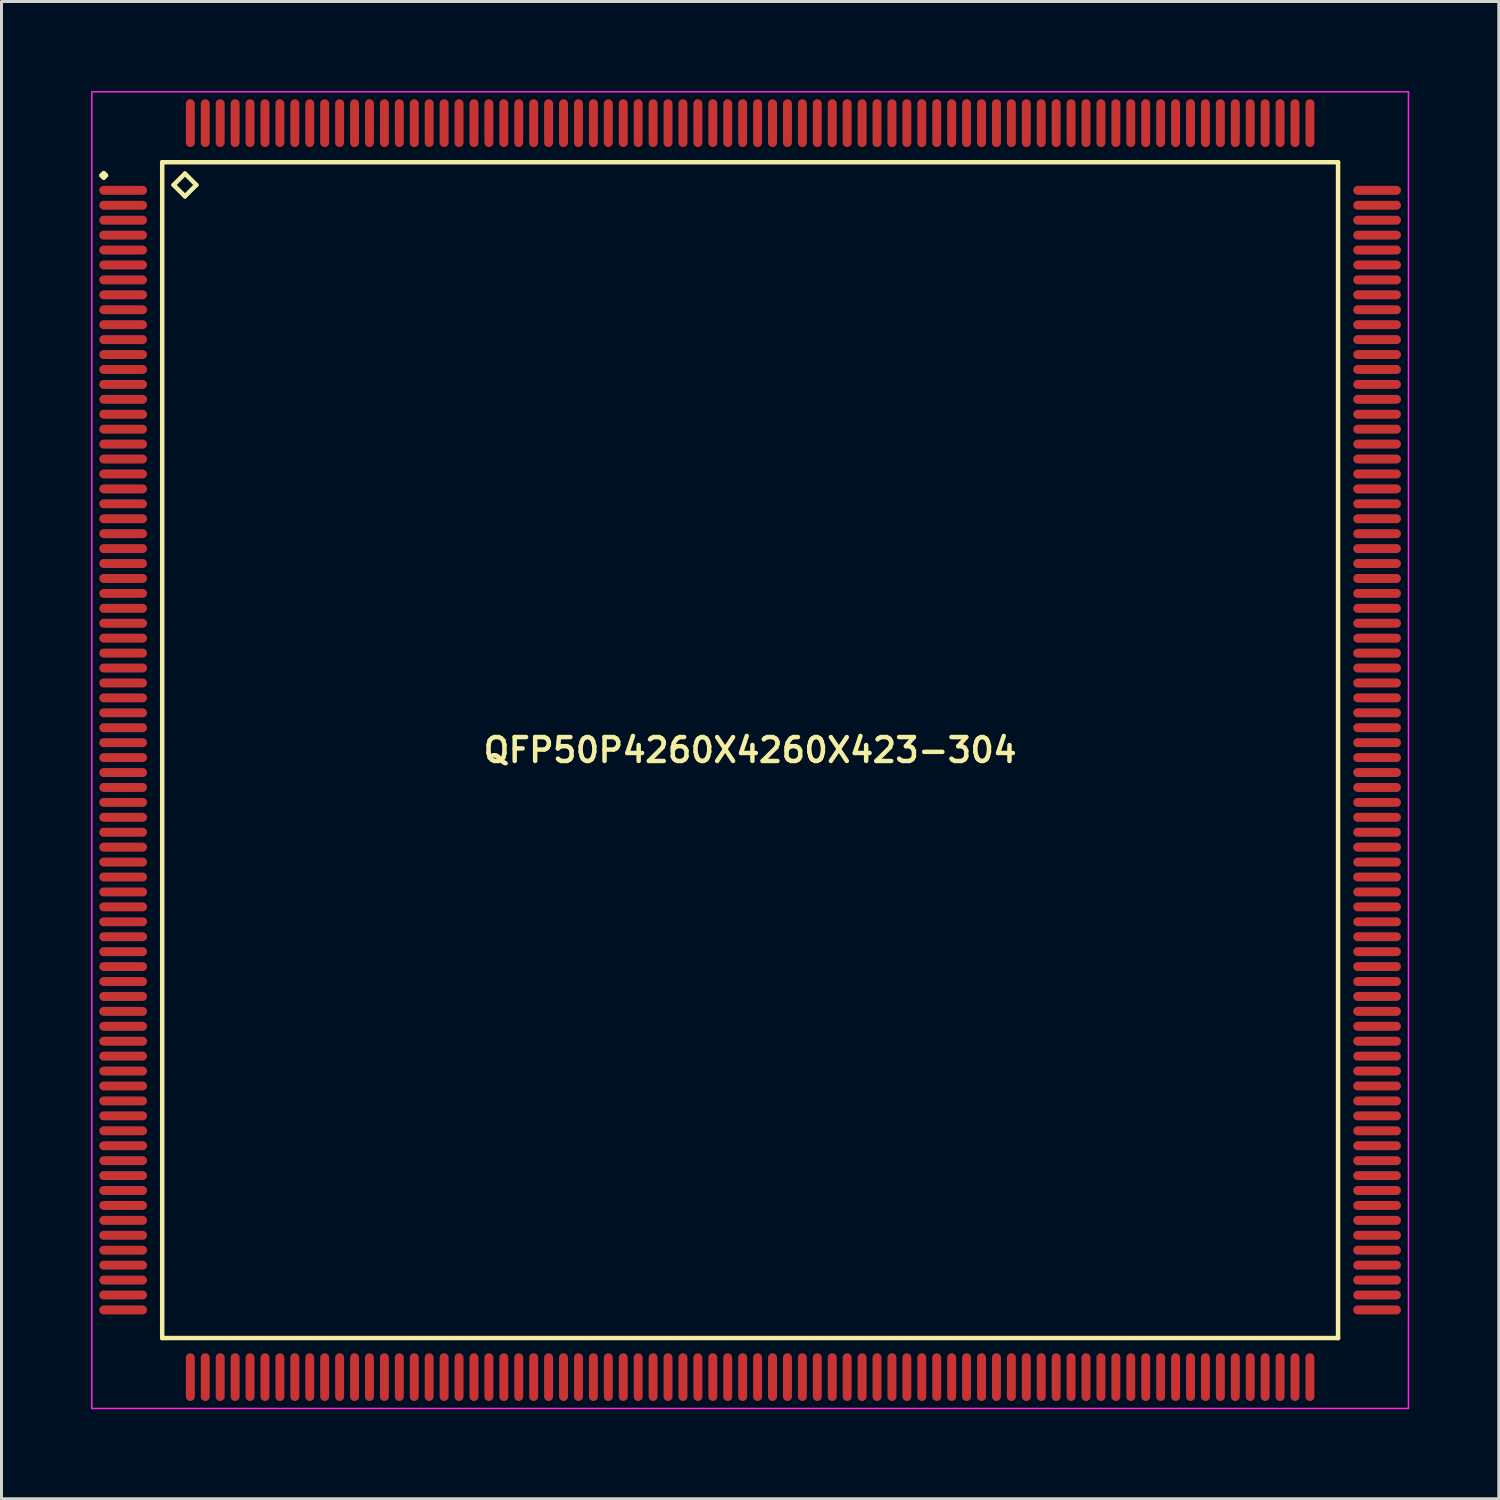
<source format=kicad_pcb>
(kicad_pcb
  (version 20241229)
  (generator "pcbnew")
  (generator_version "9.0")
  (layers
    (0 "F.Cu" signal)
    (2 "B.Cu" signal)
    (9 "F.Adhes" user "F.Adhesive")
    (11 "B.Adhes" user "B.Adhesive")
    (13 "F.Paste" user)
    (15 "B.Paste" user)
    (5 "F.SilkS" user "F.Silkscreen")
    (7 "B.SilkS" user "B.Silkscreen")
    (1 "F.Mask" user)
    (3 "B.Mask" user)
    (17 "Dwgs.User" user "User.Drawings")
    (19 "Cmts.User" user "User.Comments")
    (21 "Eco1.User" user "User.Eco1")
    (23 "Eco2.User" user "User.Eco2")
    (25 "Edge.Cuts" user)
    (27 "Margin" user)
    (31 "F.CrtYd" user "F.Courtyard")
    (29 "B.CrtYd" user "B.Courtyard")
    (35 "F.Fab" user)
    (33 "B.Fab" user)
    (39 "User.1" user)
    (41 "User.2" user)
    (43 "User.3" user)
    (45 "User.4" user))
  (footprint "QFP50P4260X4260X423-304"
    (layer "F.Cu")
    (at 22.075 22.075)
    (property "Reference" "QFP50P4260X4260X423-304" (at 0 0 0) (layer "F.SilkS") (effects (font (size 0.8 0.8) (thickness 0.15))))
    (attr smd)
    (fp_line (start -21.725 -19.25) (end -21.65 -19.325) (stroke (width 0.15) (type solid)) (layer "F.SilkS"))
    (fp_line (start -21.65 -19.325) (end -21.575 -19.25) (stroke (width 0.15) (type solid)) (layer "F.SilkS"))
    (fp_line (start -21.65 -19.175) (end -21.725 -19.25) (stroke (width 0.15) (type solid)) (layer "F.SilkS"))
    (fp_line (start -21.575 -19.25) (end -21.65 -19.175) (stroke (width 0.15) (type solid)) (layer "F.SilkS"))
    (fp_line (start -19.692 -19.692) (end -19.692 19.692) (stroke (width 0.15) (type solid)) (layer "F.SilkS"))
    (fp_line (start -19.692 19.692) (end 19.692 19.692) (stroke (width 0.15) (type solid)) (layer "F.SilkS"))
    (fp_line (start -19.311 -18.93) (end -18.93 -19.311) (stroke (width 0.15) (type solid)) (layer "F.SilkS"))
    (fp_line (start -18.93 -19.311) (end -18.549 -18.93) (stroke (width 0.15) (type solid)) (layer "F.SilkS"))
    (fp_line (start -18.93 -18.549) (end -19.311 -18.93) (stroke (width 0.15) (type solid)) (layer "F.SilkS"))
    (fp_line (start -18.549 -18.93) (end -18.93 -18.549) (stroke (width 0.15) (type solid)) (layer "F.SilkS"))
    (fp_line (start 19.692 -19.692) (end -19.692 -19.692) (stroke (width 0.15) (type solid)) (layer "F.SilkS"))
    (fp_line (start 19.692 19.692) (end 19.692 -19.692) (stroke (width 0.15) (type solid)) (layer "F.SilkS"))
    (fp_line (start -22.05 -22.05) (end 22.05 -22.05) (stroke (width 0.05) (type solid)) (layer "F.CrtYd"))
    (fp_line (start -22.05 22.05) (end -22.05 -22.05) (stroke (width 0.05) (type solid)) (layer "F.CrtYd"))
    (fp_line (start 22.05 -22.05) (end 22.05 22.05) (stroke (width 0.05) (type solid)) (layer "F.CrtYd"))
    (fp_line (start 22.05 22.05) (end -22.05 22.05) (stroke (width 0.05) (type solid)) (layer "F.CrtYd"))
    (pad "1" smd oval (at -21 -18.75) (size 1.6 0.3) (layers "F.Cu" "F.Mask" "F.Paste"))
    (pad "2" smd oval (at -21 -18.25) (size 1.6 0.3) (layers "F.Cu" "F.Mask" "F.Paste"))
    (pad "3" smd oval (at -21 -17.75) (size 1.6 0.3) (layers "F.Cu" "F.Mask" "F.Paste"))
    (pad "4" smd oval (at -21 -17.25) (size 1.6 0.3) (layers "F.Cu" "F.Mask" "F.Paste"))
    (pad "5" smd oval (at -21 -16.75) (size 1.6 0.3) (layers "F.Cu" "F.Mask" "F.Paste"))
    (pad "6" smd oval (at -21 -16.25) (size 1.6 0.3) (layers "F.Cu" "F.Mask" "F.Paste"))
    (pad "7" smd oval (at -21 -15.75) (size 1.6 0.3) (layers "F.Cu" "F.Mask" "F.Paste"))
    (pad "8" smd oval (at -21 -15.25) (size 1.6 0.3) (layers "F.Cu" "F.Mask" "F.Paste"))
    (pad "9" smd oval (at -21 -14.75) (size 1.6 0.3) (layers "F.Cu" "F.Mask" "F.Paste"))
    (pad "10" smd oval (at -21 -14.25) (size 1.6 0.3) (layers "F.Cu" "F.Mask" "F.Paste"))
    (pad "11" smd oval (at -21 -13.75) (size 1.6 0.3) (layers "F.Cu" "F.Mask" "F.Paste"))
    (pad "12" smd oval (at -21 -13.25) (size 1.6 0.3) (layers "F.Cu" "F.Mask" "F.Paste"))
    (pad "13" smd oval (at -21 -12.75) (size 1.6 0.3) (layers "F.Cu" "F.Mask" "F.Paste"))
    (pad "14" smd oval (at -21 -12.25) (size 1.6 0.3) (layers "F.Cu" "F.Mask" "F.Paste"))
    (pad "15" smd oval (at -21 -11.75) (size 1.6 0.3) (layers "F.Cu" "F.Mask" "F.Paste"))
    (pad "16" smd oval (at -21 -11.25) (size 1.6 0.3) (layers "F.Cu" "F.Mask" "F.Paste"))
    (pad "17" smd oval (at -21 -10.75) (size 1.6 0.3) (layers "F.Cu" "F.Mask" "F.Paste"))
    (pad "18" smd oval (at -21 -10.25) (size 1.6 0.3) (layers "F.Cu" "F.Mask" "F.Paste"))
    (pad "19" smd oval (at -21 -9.75) (size 1.6 0.3) (layers "F.Cu" "F.Mask" "F.Paste"))
    (pad "20" smd oval (at -21 -9.25) (size 1.6 0.3) (layers "F.Cu" "F.Mask" "F.Paste"))
    (pad "21" smd oval (at -21 -8.75) (size 1.6 0.3) (layers "F.Cu" "F.Mask" "F.Paste"))
    (pad "22" smd oval (at -21 -8.25) (size 1.6 0.3) (layers "F.Cu" "F.Mask" "F.Paste"))
    (pad "23" smd oval (at -21 -7.75) (size 1.6 0.3) (layers "F.Cu" "F.Mask" "F.Paste"))
    (pad "24" smd oval (at -21 -7.25) (size 1.6 0.3) (layers "F.Cu" "F.Mask" "F.Paste"))
    (pad "25" smd oval (at -21 -6.75) (size 1.6 0.3) (layers "F.Cu" "F.Mask" "F.Paste"))
    (pad "26" smd oval (at -21 -6.25) (size 1.6 0.3) (layers "F.Cu" "F.Mask" "F.Paste"))
    (pad "27" smd oval (at -21 -5.75) (size 1.6 0.3) (layers "F.Cu" "F.Mask" "F.Paste"))
    (pad "28" smd oval (at -21 -5.25) (size 1.6 0.3) (layers "F.Cu" "F.Mask" "F.Paste"))
    (pad "29" smd oval (at -21 -4.75) (size 1.6 0.3) (layers "F.Cu" "F.Mask" "F.Paste"))
    (pad "30" smd oval (at -21 -4.25) (size 1.6 0.3) (layers "F.Cu" "F.Mask" "F.Paste"))
    (pad "31" smd oval (at -21 -3.75) (size 1.6 0.3) (layers "F.Cu" "F.Mask" "F.Paste"))
    (pad "32" smd oval (at -21 -3.25) (size 1.6 0.3) (layers "F.Cu" "F.Mask" "F.Paste"))
    (pad "33" smd oval (at -21 -2.75) (size 1.6 0.3) (layers "F.Cu" "F.Mask" "F.Paste"))
    (pad "34" smd oval (at -21 -2.25) (size 1.6 0.3) (layers "F.Cu" "F.Mask" "F.Paste"))
    (pad "35" smd oval (at -21 -1.75) (size 1.6 0.3) (layers "F.Cu" "F.Mask" "F.Paste"))
    (pad "36" smd oval (at -21 -1.25) (size 1.6 0.3) (layers "F.Cu" "F.Mask" "F.Paste"))
    (pad "37" smd oval (at -21 -0.75) (size 1.6 0.3) (layers "F.Cu" "F.Mask" "F.Paste"))
    (pad "38" smd oval (at -21 -0.25) (size 1.6 0.3) (layers "F.Cu" "F.Mask" "F.Paste"))
    (pad "39" smd oval (at -21 0.25) (size 1.6 0.3) (layers "F.Cu" "F.Mask" "F.Paste"))
    (pad "40" smd oval (at -21 0.75) (size 1.6 0.3) (layers "F.Cu" "F.Mask" "F.Paste"))
    (pad "41" smd oval (at -21 1.25) (size 1.6 0.3) (layers "F.Cu" "F.Mask" "F.Paste"))
    (pad "42" smd oval (at -21 1.75) (size 1.6 0.3) (layers "F.Cu" "F.Mask" "F.Paste"))
    (pad "43" smd oval (at -21 2.25) (size 1.6 0.3) (layers "F.Cu" "F.Mask" "F.Paste"))
    (pad "44" smd oval (at -21 2.75) (size 1.6 0.3) (layers "F.Cu" "F.Mask" "F.Paste"))
    (pad "45" smd oval (at -21 3.25) (size 1.6 0.3) (layers "F.Cu" "F.Mask" "F.Paste"))
    (pad "46" smd oval (at -21 3.75) (size 1.6 0.3) (layers "F.Cu" "F.Mask" "F.Paste"))
    (pad "47" smd oval (at -21 4.25) (size 1.6 0.3) (layers "F.Cu" "F.Mask" "F.Paste"))
    (pad "48" smd oval (at -21 4.75) (size 1.6 0.3) (layers "F.Cu" "F.Mask" "F.Paste"))
    (pad "49" smd oval (at -21 5.25) (size 1.6 0.3) (layers "F.Cu" "F.Mask" "F.Paste"))
    (pad "50" smd oval (at -21 5.75) (size 1.6 0.3) (layers "F.Cu" "F.Mask" "F.Paste"))
    (pad "51" smd oval (at -21 6.25) (size 1.6 0.3) (layers "F.Cu" "F.Mask" "F.Paste"))
    (pad "52" smd oval (at -21 6.75) (size 1.6 0.3) (layers "F.Cu" "F.Mask" "F.Paste"))
    (pad "53" smd oval (at -21 7.25) (size 1.6 0.3) (layers "F.Cu" "F.Mask" "F.Paste"))
    (pad "54" smd oval (at -21 7.75) (size 1.6 0.3) (layers "F.Cu" "F.Mask" "F.Paste"))
    (pad "55" smd oval (at -21 8.25) (size 1.6 0.3) (layers "F.Cu" "F.Mask" "F.Paste"))
    (pad "56" smd oval (at -21 8.75) (size 1.6 0.3) (layers "F.Cu" "F.Mask" "F.Paste"))
    (pad "57" smd oval (at -21 9.25) (size 1.6 0.3) (layers "F.Cu" "F.Mask" "F.Paste"))
    (pad "58" smd oval (at -21 9.75) (size 1.6 0.3) (layers "F.Cu" "F.Mask" "F.Paste"))
    (pad "59" smd oval (at -21 10.25) (size 1.6 0.3) (layers "F.Cu" "F.Mask" "F.Paste"))
    (pad "60" smd oval (at -21 10.75) (size 1.6 0.3) (layers "F.Cu" "F.Mask" "F.Paste"))
    (pad "61" smd oval (at -21 11.25) (size 1.6 0.3) (layers "F.Cu" "F.Mask" "F.Paste"))
    (pad "62" smd oval (at -21 11.75) (size 1.6 0.3) (layers "F.Cu" "F.Mask" "F.Paste"))
    (pad "63" smd oval (at -21 12.25) (size 1.6 0.3) (layers "F.Cu" "F.Mask" "F.Paste"))
    (pad "64" smd oval (at -21 12.75) (size 1.6 0.3) (layers "F.Cu" "F.Mask" "F.Paste"))
    (pad "65" smd oval (at -21 13.25) (size 1.6 0.3) (layers "F.Cu" "F.Mask" "F.Paste"))
    (pad "66" smd oval (at -21 13.75) (size 1.6 0.3) (layers "F.Cu" "F.Mask" "F.Paste"))
    (pad "67" smd oval (at -21 14.25) (size 1.6 0.3) (layers "F.Cu" "F.Mask" "F.Paste"))
    (pad "68" smd oval (at -21 14.75) (size 1.6 0.3) (layers "F.Cu" "F.Mask" "F.Paste"))
    (pad "69" smd oval (at -21 15.25) (size 1.6 0.3) (layers "F.Cu" "F.Mask" "F.Paste"))
    (pad "70" smd oval (at -21 15.75) (size 1.6 0.3) (layers "F.Cu" "F.Mask" "F.Paste"))
    (pad "71" smd oval (at -21 16.25) (size 1.6 0.3) (layers "F.Cu" "F.Mask" "F.Paste"))
    (pad "72" smd oval (at -21 16.75) (size 1.6 0.3) (layers "F.Cu" "F.Mask" "F.Paste"))
    (pad "73" smd oval (at -21 17.25) (size 1.6 0.3) (layers "F.Cu" "F.Mask" "F.Paste"))
    (pad "74" smd oval (at -21 17.75) (size 1.6 0.3) (layers "F.Cu" "F.Mask" "F.Paste"))
    (pad "75" smd oval (at -21 18.25) (size 1.6 0.3) (layers "F.Cu" "F.Mask" "F.Paste"))
    (pad "76" smd oval (at -21 18.75) (size 1.6 0.3) (layers "F.Cu" "F.Mask" "F.Paste"))
    (pad "77" smd oval (at -18.75 21) (size 0.3 1.6) (layers "F.Cu" "F.Mask" "F.Paste"))
    (pad "78" smd oval (at -18.25 21) (size 0.3 1.6) (layers "F.Cu" "F.Mask" "F.Paste"))
    (pad "79" smd oval (at -17.75 21) (size 0.3 1.6) (layers "F.Cu" "F.Mask" "F.Paste"))
    (pad "80" smd oval (at -17.25 21) (size 0.3 1.6) (layers "F.Cu" "F.Mask" "F.Paste"))
    (pad "81" smd oval (at -16.75 21) (size 0.3 1.6) (layers "F.Cu" "F.Mask" "F.Paste"))
    (pad "82" smd oval (at -16.25 21) (size 0.3 1.6) (layers "F.Cu" "F.Mask" "F.Paste"))
    (pad "83" smd oval (at -15.75 21) (size 0.3 1.6) (layers "F.Cu" "F.Mask" "F.Paste"))
    (pad "84" smd oval (at -15.25 21) (size 0.3 1.6) (layers "F.Cu" "F.Mask" "F.Paste"))
    (pad "85" smd oval (at -14.75 21) (size 0.3 1.6) (layers "F.Cu" "F.Mask" "F.Paste"))
    (pad "86" smd oval (at -14.25 21) (size 0.3 1.6) (layers "F.Cu" "F.Mask" "F.Paste"))
    (pad "87" smd oval (at -13.75 21) (size 0.3 1.6) (layers "F.Cu" "F.Mask" "F.Paste"))
    (pad "88" smd oval (at -13.25 21) (size 0.3 1.6) (layers "F.Cu" "F.Mask" "F.Paste"))
    (pad "89" smd oval (at -12.75 21) (size 0.3 1.6) (layers "F.Cu" "F.Mask" "F.Paste"))
    (pad "90" smd oval (at -12.25 21) (size 0.3 1.6) (layers "F.Cu" "F.Mask" "F.Paste"))
    (pad "91" smd oval (at -11.75 21) (size 0.3 1.6) (layers "F.Cu" "F.Mask" "F.Paste"))
    (pad "92" smd oval (at -11.25 21) (size 0.3 1.6) (layers "F.Cu" "F.Mask" "F.Paste"))
    (pad "93" smd oval (at -10.75 21) (size 0.3 1.6) (layers "F.Cu" "F.Mask" "F.Paste"))
    (pad "94" smd oval (at -10.25 21) (size 0.3 1.6) (layers "F.Cu" "F.Mask" "F.Paste"))
    (pad "95" smd oval (at -9.75 21) (size 0.3 1.6) (layers "F.Cu" "F.Mask" "F.Paste"))
    (pad "96" smd oval (at -9.25 21) (size 0.3 1.6) (layers "F.Cu" "F.Mask" "F.Paste"))
    (pad "97" smd oval (at -8.75 21) (size 0.3 1.6) (layers "F.Cu" "F.Mask" "F.Paste"))
    (pad "98" smd oval (at -8.25 21) (size 0.3 1.6) (layers "F.Cu" "F.Mask" "F.Paste"))
    (pad "99" smd oval (at -7.75 21) (size 0.3 1.6) (layers "F.Cu" "F.Mask" "F.Paste"))
    (pad "100" smd oval (at -7.25 21) (size 0.3 1.6) (layers "F.Cu" "F.Mask" "F.Paste"))
    (pad "101" smd oval (at -6.75 21) (size 0.3 1.6) (layers "F.Cu" "F.Mask" "F.Paste"))
    (pad "102" smd oval (at -6.25 21) (size 0.3 1.6) (layers "F.Cu" "F.Mask" "F.Paste"))
    (pad "103" smd oval (at -5.75 21) (size 0.3 1.6) (layers "F.Cu" "F.Mask" "F.Paste"))
    (pad "104" smd oval (at -5.25 21) (size 0.3 1.6) (layers "F.Cu" "F.Mask" "F.Paste"))
    (pad "105" smd oval (at -4.75 21) (size 0.3 1.6) (layers "F.Cu" "F.Mask" "F.Paste"))
    (pad "106" smd oval (at -4.25 21) (size 0.3 1.6) (layers "F.Cu" "F.Mask" "F.Paste"))
    (pad "107" smd oval (at -3.75 21) (size 0.3 1.6) (layers "F.Cu" "F.Mask" "F.Paste"))
    (pad "108" smd oval (at -3.25 21) (size 0.3 1.6) (layers "F.Cu" "F.Mask" "F.Paste"))
    (pad "109" smd oval (at -2.75 21) (size 0.3 1.6) (layers "F.Cu" "F.Mask" "F.Paste"))
    (pad "110" smd oval (at -2.25 21) (size 0.3 1.6) (layers "F.Cu" "F.Mask" "F.Paste"))
    (pad "111" smd oval (at -1.75 21) (size 0.3 1.6) (layers "F.Cu" "F.Mask" "F.Paste"))
    (pad "112" smd oval (at -1.25 21) (size 0.3 1.6) (layers "F.Cu" "F.Mask" "F.Paste"))
    (pad "113" smd oval (at -0.75 21) (size 0.3 1.6) (layers "F.Cu" "F.Mask" "F.Paste"))
    (pad "114" smd oval (at -0.25 21) (size 0.3 1.6) (layers "F.Cu" "F.Mask" "F.Paste"))
    (pad "115" smd oval (at 0.25 21) (size 0.3 1.6) (layers "F.Cu" "F.Mask" "F.Paste"))
    (pad "116" smd oval (at 0.75 21) (size 0.3 1.6) (layers "F.Cu" "F.Mask" "F.Paste"))
    (pad "117" smd oval (at 1.25 21) (size 0.3 1.6) (layers "F.Cu" "F.Mask" "F.Paste"))
    (pad "118" smd oval (at 1.75 21) (size 0.3 1.6) (layers "F.Cu" "F.Mask" "F.Paste"))
    (pad "119" smd oval (at 2.25 21) (size 0.3 1.6) (layers "F.Cu" "F.Mask" "F.Paste"))
    (pad "120" smd oval (at 2.75 21) (size 0.3 1.6) (layers "F.Cu" "F.Mask" "F.Paste"))
    (pad "121" smd oval (at 3.25 21) (size 0.3 1.6) (layers "F.Cu" "F.Mask" "F.Paste"))
    (pad "122" smd oval (at 3.75 21) (size 0.3 1.6) (layers "F.Cu" "F.Mask" "F.Paste"))
    (pad "123" smd oval (at 4.25 21) (size 0.3 1.6) (layers "F.Cu" "F.Mask" "F.Paste"))
    (pad "124" smd oval (at 4.75 21) (size 0.3 1.6) (layers "F.Cu" "F.Mask" "F.Paste"))
    (pad "125" smd oval (at 5.25 21) (size 0.3 1.6) (layers "F.Cu" "F.Mask" "F.Paste"))
    (pad "126" smd oval (at 5.75 21) (size 0.3 1.6) (layers "F.Cu" "F.Mask" "F.Paste"))
    (pad "127" smd oval (at 6.25 21) (size 0.3 1.6) (layers "F.Cu" "F.Mask" "F.Paste"))
    (pad "128" smd oval (at 6.75 21) (size 0.3 1.6) (layers "F.Cu" "F.Mask" "F.Paste"))
    (pad "129" smd oval (at 7.25 21) (size 0.3 1.6) (layers "F.Cu" "F.Mask" "F.Paste"))
    (pad "130" smd oval (at 7.75 21) (size 0.3 1.6) (layers "F.Cu" "F.Mask" "F.Paste"))
    (pad "131" smd oval (at 8.25 21) (size 0.3 1.6) (layers "F.Cu" "F.Mask" "F.Paste"))
    (pad "132" smd oval (at 8.75 21) (size 0.3 1.6) (layers "F.Cu" "F.Mask" "F.Paste"))
    (pad "133" smd oval (at 9.25 21) (size 0.3 1.6) (layers "F.Cu" "F.Mask" "F.Paste"))
    (pad "134" smd oval (at 9.75 21) (size 0.3 1.6) (layers "F.Cu" "F.Mask" "F.Paste"))
    (pad "135" smd oval (at 10.25 21) (size 0.3 1.6) (layers "F.Cu" "F.Mask" "F.Paste"))
    (pad "136" smd oval (at 10.75 21) (size 0.3 1.6) (layers "F.Cu" "F.Mask" "F.Paste"))
    (pad "137" smd oval (at 11.25 21) (size 0.3 1.6) (layers "F.Cu" "F.Mask" "F.Paste"))
    (pad "138" smd oval (at 11.75 21) (size 0.3 1.6) (layers "F.Cu" "F.Mask" "F.Paste"))
    (pad "139" smd oval (at 12.25 21) (size 0.3 1.6) (layers "F.Cu" "F.Mask" "F.Paste"))
    (pad "140" smd oval (at 12.75 21) (size 0.3 1.6) (layers "F.Cu" "F.Mask" "F.Paste"))
    (pad "141" smd oval (at 13.25 21) (size 0.3 1.6) (layers "F.Cu" "F.Mask" "F.Paste"))
    (pad "142" smd oval (at 13.75 21) (size 0.3 1.6) (layers "F.Cu" "F.Mask" "F.Paste"))
    (pad "143" smd oval (at 14.25 21) (size 0.3 1.6) (layers "F.Cu" "F.Mask" "F.Paste"))
    (pad "144" smd oval (at 14.75 21) (size 0.3 1.6) (layers "F.Cu" "F.Mask" "F.Paste"))
    (pad "145" smd oval (at 15.25 21) (size 0.3 1.6) (layers "F.Cu" "F.Mask" "F.Paste"))
    (pad "146" smd oval (at 15.75 21) (size 0.3 1.6) (layers "F.Cu" "F.Mask" "F.Paste"))
    (pad "147" smd oval (at 16.25 21) (size 0.3 1.6) (layers "F.Cu" "F.Mask" "F.Paste"))
    (pad "148" smd oval (at 16.75 21) (size 0.3 1.6) (layers "F.Cu" "F.Mask" "F.Paste"))
    (pad "149" smd oval (at 17.25 21) (size 0.3 1.6) (layers "F.Cu" "F.Mask" "F.Paste"))
    (pad "150" smd oval (at 17.75 21) (size 0.3 1.6) (layers "F.Cu" "F.Mask" "F.Paste"))
    (pad "151" smd oval (at 18.25 21) (size 0.3 1.6) (layers "F.Cu" "F.Mask" "F.Paste"))
    (pad "152" smd oval (at 18.75 21) (size 0.3 1.6) (layers "F.Cu" "F.Mask" "F.Paste"))
    (pad "153" smd oval (at 21 18.75) (size 1.6 0.3) (layers "F.Cu" "F.Mask" "F.Paste"))
    (pad "154" smd oval (at 21 18.25) (size 1.6 0.3) (layers "F.Cu" "F.Mask" "F.Paste"))
    (pad "155" smd oval (at 21 17.75) (size 1.6 0.3) (layers "F.Cu" "F.Mask" "F.Paste"))
    (pad "156" smd oval (at 21 17.25) (size 1.6 0.3) (layers "F.Cu" "F.Mask" "F.Paste"))
    (pad "157" smd oval (at 21 16.75) (size 1.6 0.3) (layers "F.Cu" "F.Mask" "F.Paste"))
    (pad "158" smd oval (at 21 16.25) (size 1.6 0.3) (layers "F.Cu" "F.Mask" "F.Paste"))
    (pad "159" smd oval (at 21 15.75) (size 1.6 0.3) (layers "F.Cu" "F.Mask" "F.Paste"))
    (pad "160" smd oval (at 21 15.25) (size 1.6 0.3) (layers "F.Cu" "F.Mask" "F.Paste"))
    (pad "161" smd oval (at 21 14.75) (size 1.6 0.3) (layers "F.Cu" "F.Mask" "F.Paste"))
    (pad "162" smd oval (at 21 14.25) (size 1.6 0.3) (layers "F.Cu" "F.Mask" "F.Paste"))
    (pad "163" smd oval (at 21 13.75) (size 1.6 0.3) (layers "F.Cu" "F.Mask" "F.Paste"))
    (pad "164" smd oval (at 21 13.25) (size 1.6 0.3) (layers "F.Cu" "F.Mask" "F.Paste"))
    (pad "165" smd oval (at 21 12.75) (size 1.6 0.3) (layers "F.Cu" "F.Mask" "F.Paste"))
    (pad "166" smd oval (at 21 12.25) (size 1.6 0.3) (layers "F.Cu" "F.Mask" "F.Paste"))
    (pad "167" smd oval (at 21 11.75) (size 1.6 0.3) (layers "F.Cu" "F.Mask" "F.Paste"))
    (pad "168" smd oval (at 21 11.25) (size 1.6 0.3) (layers "F.Cu" "F.Mask" "F.Paste"))
    (pad "169" smd oval (at 21 10.75) (size 1.6 0.3) (layers "F.Cu" "F.Mask" "F.Paste"))
    (pad "170" smd oval (at 21 10.25) (size 1.6 0.3) (layers "F.Cu" "F.Mask" "F.Paste"))
    (pad "171" smd oval (at 21 9.75) (size 1.6 0.3) (layers "F.Cu" "F.Mask" "F.Paste"))
    (pad "172" smd oval (at 21 9.25) (size 1.6 0.3) (layers "F.Cu" "F.Mask" "F.Paste"))
    (pad "173" smd oval (at 21 8.75) (size 1.6 0.3) (layers "F.Cu" "F.Mask" "F.Paste"))
    (pad "174" smd oval (at 21 8.25) (size 1.6 0.3) (layers "F.Cu" "F.Mask" "F.Paste"))
    (pad "175" smd oval (at 21 7.75) (size 1.6 0.3) (layers "F.Cu" "F.Mask" "F.Paste"))
    (pad "176" smd oval (at 21 7.25) (size 1.6 0.3) (layers "F.Cu" "F.Mask" "F.Paste"))
    (pad "177" smd oval (at 21 6.75) (size 1.6 0.3) (layers "F.Cu" "F.Mask" "F.Paste"))
    (pad "178" smd oval (at 21 6.25) (size 1.6 0.3) (layers "F.Cu" "F.Mask" "F.Paste"))
    (pad "179" smd oval (at 21 5.75) (size 1.6 0.3) (layers "F.Cu" "F.Mask" "F.Paste"))
    (pad "180" smd oval (at 21 5.25) (size 1.6 0.3) (layers "F.Cu" "F.Mask" "F.Paste"))
    (pad "181" smd oval (at 21 4.75) (size 1.6 0.3) (layers "F.Cu" "F.Mask" "F.Paste"))
    (pad "182" smd oval (at 21 4.25) (size 1.6 0.3) (layers "F.Cu" "F.Mask" "F.Paste"))
    (pad "183" smd oval (at 21 3.75) (size 1.6 0.3) (layers "F.Cu" "F.Mask" "F.Paste"))
    (pad "184" smd oval (at 21 3.25) (size 1.6 0.3) (layers "F.Cu" "F.Mask" "F.Paste"))
    (pad "185" smd oval (at 21 2.75) (size 1.6 0.3) (layers "F.Cu" "F.Mask" "F.Paste"))
    (pad "186" smd oval (at 21 2.25) (size 1.6 0.3) (layers "F.Cu" "F.Mask" "F.Paste"))
    (pad "187" smd oval (at 21 1.75) (size 1.6 0.3) (layers "F.Cu" "F.Mask" "F.Paste"))
    (pad "188" smd oval (at 21 1.25) (size 1.6 0.3) (layers "F.Cu" "F.Mask" "F.Paste"))
    (pad "189" smd oval (at 21 0.75) (size 1.6 0.3) (layers "F.Cu" "F.Mask" "F.Paste"))
    (pad "190" smd oval (at 21 0.25) (size 1.6 0.3) (layers "F.Cu" "F.Mask" "F.Paste"))
    (pad "191" smd oval (at 21 -0.25) (size 1.6 0.3) (layers "F.Cu" "F.Mask" "F.Paste"))
    (pad "192" smd oval (at 21 -0.75) (size 1.6 0.3) (layers "F.Cu" "F.Mask" "F.Paste"))
    (pad "193" smd oval (at 21 -1.25) (size 1.6 0.3) (layers "F.Cu" "F.Mask" "F.Paste"))
    (pad "194" smd oval (at 21 -1.75) (size 1.6 0.3) (layers "F.Cu" "F.Mask" "F.Paste"))
    (pad "195" smd oval (at 21 -2.25) (size 1.6 0.3) (layers "F.Cu" "F.Mask" "F.Paste"))
    (pad "196" smd oval (at 21 -2.75) (size 1.6 0.3) (layers "F.Cu" "F.Mask" "F.Paste"))
    (pad "197" smd oval (at 21 -3.25) (size 1.6 0.3) (layers "F.Cu" "F.Mask" "F.Paste"))
    (pad "198" smd oval (at 21 -3.75) (size 1.6 0.3) (layers "F.Cu" "F.Mask" "F.Paste"))
    (pad "199" smd oval (at 21 -4.25) (size 1.6 0.3) (layers "F.Cu" "F.Mask" "F.Paste"))
    (pad "200" smd oval (at 21 -4.75) (size 1.6 0.3) (layers "F.Cu" "F.Mask" "F.Paste"))
    (pad "201" smd oval (at 21 -5.25) (size 1.6 0.3) (layers "F.Cu" "F.Mask" "F.Paste"))
    (pad "202" smd oval (at 21 -5.75) (size 1.6 0.3) (layers "F.Cu" "F.Mask" "F.Paste"))
    (pad "203" smd oval (at 21 -6.25) (size 1.6 0.3) (layers "F.Cu" "F.Mask" "F.Paste"))
    (pad "204" smd oval (at 21 -6.75) (size 1.6 0.3) (layers "F.Cu" "F.Mask" "F.Paste"))
    (pad "205" smd oval (at 21 -7.25) (size 1.6 0.3) (layers "F.Cu" "F.Mask" "F.Paste"))
    (pad "206" smd oval (at 21 -7.75) (size 1.6 0.3) (layers "F.Cu" "F.Mask" "F.Paste"))
    (pad "207" smd oval (at 21 -8.25) (size 1.6 0.3) (layers "F.Cu" "F.Mask" "F.Paste"))
    (pad "208" smd oval (at 21 -8.75) (size 1.6 0.3) (layers "F.Cu" "F.Mask" "F.Paste"))
    (pad "209" smd oval (at 21 -9.25) (size 1.6 0.3) (layers "F.Cu" "F.Mask" "F.Paste"))
    (pad "210" smd oval (at 21 -9.75) (size 1.6 0.3) (layers "F.Cu" "F.Mask" "F.Paste"))
    (pad "211" smd oval (at 21 -10.25) (size 1.6 0.3) (layers "F.Cu" "F.Mask" "F.Paste"))
    (pad "212" smd oval (at 21 -10.75) (size 1.6 0.3) (layers "F.Cu" "F.Mask" "F.Paste"))
    (pad "213" smd oval (at 21 -11.25) (size 1.6 0.3) (layers "F.Cu" "F.Mask" "F.Paste"))
    (pad "214" smd oval (at 21 -11.75) (size 1.6 0.3) (layers "F.Cu" "F.Mask" "F.Paste"))
    (pad "215" smd oval (at 21 -12.25) (size 1.6 0.3) (layers "F.Cu" "F.Mask" "F.Paste"))
    (pad "216" smd oval (at 21 -12.75) (size 1.6 0.3) (layers "F.Cu" "F.Mask" "F.Paste"))
    (pad "217" smd oval (at 21 -13.25) (size 1.6 0.3) (layers "F.Cu" "F.Mask" "F.Paste"))
    (pad "218" smd oval (at 21 -13.75) (size 1.6 0.3) (layers "F.Cu" "F.Mask" "F.Paste"))
    (pad "219" smd oval (at 21 -14.25) (size 1.6 0.3) (layers "F.Cu" "F.Mask" "F.Paste"))
    (pad "220" smd oval (at 21 -14.75) (size 1.6 0.3) (layers "F.Cu" "F.Mask" "F.Paste"))
    (pad "221" smd oval (at 21 -15.25) (size 1.6 0.3) (layers "F.Cu" "F.Mask" "F.Paste"))
    (pad "222" smd oval (at 21 -15.75) (size 1.6 0.3) (layers "F.Cu" "F.Mask" "F.Paste"))
    (pad "223" smd oval (at 21 -16.25) (size 1.6 0.3) (layers "F.Cu" "F.Mask" "F.Paste"))
    (pad "224" smd oval (at 21 -16.75) (size 1.6 0.3) (layers "F.Cu" "F.Mask" "F.Paste"))
    (pad "225" smd oval (at 21 -17.25) (size 1.6 0.3) (layers "F.Cu" "F.Mask" "F.Paste"))
    (pad "226" smd oval (at 21 -17.75) (size 1.6 0.3) (layers "F.Cu" "F.Mask" "F.Paste"))
    (pad "227" smd oval (at 21 -18.25) (size 1.6 0.3) (layers "F.Cu" "F.Mask" "F.Paste"))
    (pad "228" smd oval (at 21 -18.75) (size 1.6 0.3) (layers "F.Cu" "F.Mask" "F.Paste"))
    (pad "229" smd oval (at 18.75 -21) (size 0.3 1.6) (layers "F.Cu" "F.Mask" "F.Paste"))
    (pad "230" smd oval (at 18.25 -21) (size 0.3 1.6) (layers "F.Cu" "F.Mask" "F.Paste"))
    (pad "231" smd oval (at 17.75 -21) (size 0.3 1.6) (layers "F.Cu" "F.Mask" "F.Paste"))
    (pad "232" smd oval (at 17.25 -21) (size 0.3 1.6) (layers "F.Cu" "F.Mask" "F.Paste"))
    (pad "233" smd oval (at 16.75 -21) (size 0.3 1.6) (layers "F.Cu" "F.Mask" "F.Paste"))
    (pad "234" smd oval (at 16.25 -21) (size 0.3 1.6) (layers "F.Cu" "F.Mask" "F.Paste"))
    (pad "235" smd oval (at 15.75 -21) (size 0.3 1.6) (layers "F.Cu" "F.Mask" "F.Paste"))
    (pad "236" smd oval (at 15.25 -21) (size 0.3 1.6) (layers "F.Cu" "F.Mask" "F.Paste"))
    (pad "237" smd oval (at 14.75 -21) (size 0.3 1.6) (layers "F.Cu" "F.Mask" "F.Paste"))
    (pad "238" smd oval (at 14.25 -21) (size 0.3 1.6) (layers "F.Cu" "F.Mask" "F.Paste"))
    (pad "239" smd oval (at 13.75 -21) (size 0.3 1.6) (layers "F.Cu" "F.Mask" "F.Paste"))
    (pad "240" smd oval (at 13.25 -21) (size 0.3 1.6) (layers "F.Cu" "F.Mask" "F.Paste"))
    (pad "241" smd oval (at 12.75 -21) (size 0.3 1.6) (layers "F.Cu" "F.Mask" "F.Paste"))
    (pad "242" smd oval (at 12.25 -21) (size 0.3 1.6) (layers "F.Cu" "F.Mask" "F.Paste"))
    (pad "243" smd oval (at 11.75 -21) (size 0.3 1.6) (layers "F.Cu" "F.Mask" "F.Paste"))
    (pad "244" smd oval (at 11.25 -21) (size 0.3 1.6) (layers "F.Cu" "F.Mask" "F.Paste"))
    (pad "245" smd oval (at 10.75 -21) (size 0.3 1.6) (layers "F.Cu" "F.Mask" "F.Paste"))
    (pad "246" smd oval (at 10.25 -21) (size 0.3 1.6) (layers "F.Cu" "F.Mask" "F.Paste"))
    (pad "247" smd oval (at 9.75 -21) (size 0.3 1.6) (layers "F.Cu" "F.Mask" "F.Paste"))
    (pad "248" smd oval (at 9.25 -21) (size 0.3 1.6) (layers "F.Cu" "F.Mask" "F.Paste"))
    (pad "249" smd oval (at 8.75 -21) (size 0.3 1.6) (layers "F.Cu" "F.Mask" "F.Paste"))
    (pad "250" smd oval (at 8.25 -21) (size 0.3 1.6) (layers "F.Cu" "F.Mask" "F.Paste"))
    (pad "251" smd oval (at 7.75 -21) (size 0.3 1.6) (layers "F.Cu" "F.Mask" "F.Paste"))
    (pad "252" smd oval (at 7.25 -21) (size 0.3 1.6) (layers "F.Cu" "F.Mask" "F.Paste"))
    (pad "253" smd oval (at 6.75 -21) (size 0.3 1.6) (layers "F.Cu" "F.Mask" "F.Paste"))
    (pad "254" smd oval (at 6.25 -21) (size 0.3 1.6) (layers "F.Cu" "F.Mask" "F.Paste"))
    (pad "255" smd oval (at 5.75 -21) (size 0.3 1.6) (layers "F.Cu" "F.Mask" "F.Paste"))
    (pad "256" smd oval (at 5.25 -21) (size 0.3 1.6) (layers "F.Cu" "F.Mask" "F.Paste"))
    (pad "257" smd oval (at 4.75 -21) (size 0.3 1.6) (layers "F.Cu" "F.Mask" "F.Paste"))
    (pad "258" smd oval (at 4.25 -21) (size 0.3 1.6) (layers "F.Cu" "F.Mask" "F.Paste"))
    (pad "259" smd oval (at 3.75 -21) (size 0.3 1.6) (layers "F.Cu" "F.Mask" "F.Paste"))
    (pad "260" smd oval (at 3.25 -21) (size 0.3 1.6) (layers "F.Cu" "F.Mask" "F.Paste"))
    (pad "261" smd oval (at 2.75 -21) (size 0.3 1.6) (layers "F.Cu" "F.Mask" "F.Paste"))
    (pad "262" smd oval (at 2.25 -21) (size 0.3 1.6) (layers "F.Cu" "F.Mask" "F.Paste"))
    (pad "263" smd oval (at 1.75 -21) (size 0.3 1.6) (layers "F.Cu" "F.Mask" "F.Paste"))
    (pad "264" smd oval (at 1.25 -21) (size 0.3 1.6) (layers "F.Cu" "F.Mask" "F.Paste"))
    (pad "265" smd oval (at 0.75 -21) (size 0.3 1.6) (layers "F.Cu" "F.Mask" "F.Paste"))
    (pad "266" smd oval (at 0.25 -21) (size 0.3 1.6) (layers "F.Cu" "F.Mask" "F.Paste"))
    (pad "267" smd oval (at -0.25 -21) (size 0.3 1.6) (layers "F.Cu" "F.Mask" "F.Paste"))
    (pad "268" smd oval (at -0.75 -21) (size 0.3 1.6) (layers "F.Cu" "F.Mask" "F.Paste"))
    (pad "269" smd oval (at -1.25 -21) (size 0.3 1.6) (layers "F.Cu" "F.Mask" "F.Paste"))
    (pad "270" smd oval (at -1.75 -21) (size 0.3 1.6) (layers "F.Cu" "F.Mask" "F.Paste"))
    (pad "271" smd oval (at -2.25 -21) (size 0.3 1.6) (layers "F.Cu" "F.Mask" "F.Paste"))
    (pad "272" smd oval (at -2.75 -21) (size 0.3 1.6) (layers "F.Cu" "F.Mask" "F.Paste"))
    (pad "273" smd oval (at -3.25 -21) (size 0.3 1.6) (layers "F.Cu" "F.Mask" "F.Paste"))
    (pad "274" smd oval (at -3.75 -21) (size 0.3 1.6) (layers "F.Cu" "F.Mask" "F.Paste"))
    (pad "275" smd oval (at -4.25 -21) (size 0.3 1.6) (layers "F.Cu" "F.Mask" "F.Paste"))
    (pad "276" smd oval (at -4.75 -21) (size 0.3 1.6) (layers "F.Cu" "F.Mask" "F.Paste"))
    (pad "277" smd oval (at -5.25 -21) (size 0.3 1.6) (layers "F.Cu" "F.Mask" "F.Paste"))
    (pad "278" smd oval (at -5.75 -21) (size 0.3 1.6) (layers "F.Cu" "F.Mask" "F.Paste"))
    (pad "279" smd oval (at -6.25 -21) (size 0.3 1.6) (layers "F.Cu" "F.Mask" "F.Paste"))
    (pad "280" smd oval (at -6.75 -21) (size 0.3 1.6) (layers "F.Cu" "F.Mask" "F.Paste"))
    (pad "281" smd oval (at -7.25 -21) (size 0.3 1.6) (layers "F.Cu" "F.Mask" "F.Paste"))
    (pad "282" smd oval (at -7.75 -21) (size 0.3 1.6) (layers "F.Cu" "F.Mask" "F.Paste"))
    (pad "283" smd oval (at -8.25 -21) (size 0.3 1.6) (layers "F.Cu" "F.Mask" "F.Paste"))
    (pad "284" smd oval (at -8.75 -21) (size 0.3 1.6) (layers "F.Cu" "F.Mask" "F.Paste"))
    (pad "285" smd oval (at -9.25 -21) (size 0.3 1.6) (layers "F.Cu" "F.Mask" "F.Paste"))
    (pad "286" smd oval (at -9.75 -21) (size 0.3 1.6) (layers "F.Cu" "F.Mask" "F.Paste"))
    (pad "287" smd oval (at -10.25 -21) (size 0.3 1.6) (layers "F.Cu" "F.Mask" "F.Paste"))
    (pad "288" smd oval (at -10.75 -21) (size 0.3 1.6) (layers "F.Cu" "F.Mask" "F.Paste"))
    (pad "289" smd oval (at -11.25 -21) (size 0.3 1.6) (layers "F.Cu" "F.Mask" "F.Paste"))
    (pad "290" smd oval (at -11.75 -21) (size 0.3 1.6) (layers "F.Cu" "F.Mask" "F.Paste"))
    (pad "291" smd oval (at -12.25 -21) (size 0.3 1.6) (layers "F.Cu" "F.Mask" "F.Paste"))
    (pad "292" smd oval (at -12.75 -21) (size 0.3 1.6) (layers "F.Cu" "F.Mask" "F.Paste"))
    (pad "293" smd oval (at -13.25 -21) (size 0.3 1.6) (layers "F.Cu" "F.Mask" "F.Paste"))
    (pad "294" smd oval (at -13.75 -21) (size 0.3 1.6) (layers "F.Cu" "F.Mask" "F.Paste"))
    (pad "295" smd oval (at -14.25 -21) (size 0.3 1.6) (layers "F.Cu" "F.Mask" "F.Paste"))
    (pad "296" smd oval (at -14.75 -21) (size 0.3 1.6) (layers "F.Cu" "F.Mask" "F.Paste"))
    (pad "297" smd oval (at -15.25 -21) (size 0.3 1.6) (layers "F.Cu" "F.Mask" "F.Paste"))
    (pad "298" smd oval (at -15.75 -21) (size 0.3 1.6) (layers "F.Cu" "F.Mask" "F.Paste"))
    (pad "299" smd oval (at -16.25 -21) (size 0.3 1.6) (layers "F.Cu" "F.Mask" "F.Paste"))
    (pad "300" smd oval (at -16.75 -21) (size 0.3 1.6) (layers "F.Cu" "F.Mask" "F.Paste"))
    (pad "301" smd oval (at -17.25 -21) (size 0.3 1.6) (layers "F.Cu" "F.Mask" "F.Paste"))
    (pad "302" smd oval (at -17.75 -21) (size 0.3 1.6) (layers "F.Cu" "F.Mask" "F.Paste"))
    (pad "303" smd oval (at -18.25 -21) (size 0.3 1.6) (layers "F.Cu" "F.Mask" "F.Paste"))
    (pad "304" smd oval (at -18.75 -21) (size 0.3 1.6) (layers "F.Cu" "F.Mask" "F.Paste")))
  (gr_rect
    (start -3 -3)
    (end 47.15 47.15)
    (stroke (width 0.1) (type default))
    (fill no)
    (layer "Edge.Cuts")))
</source>
